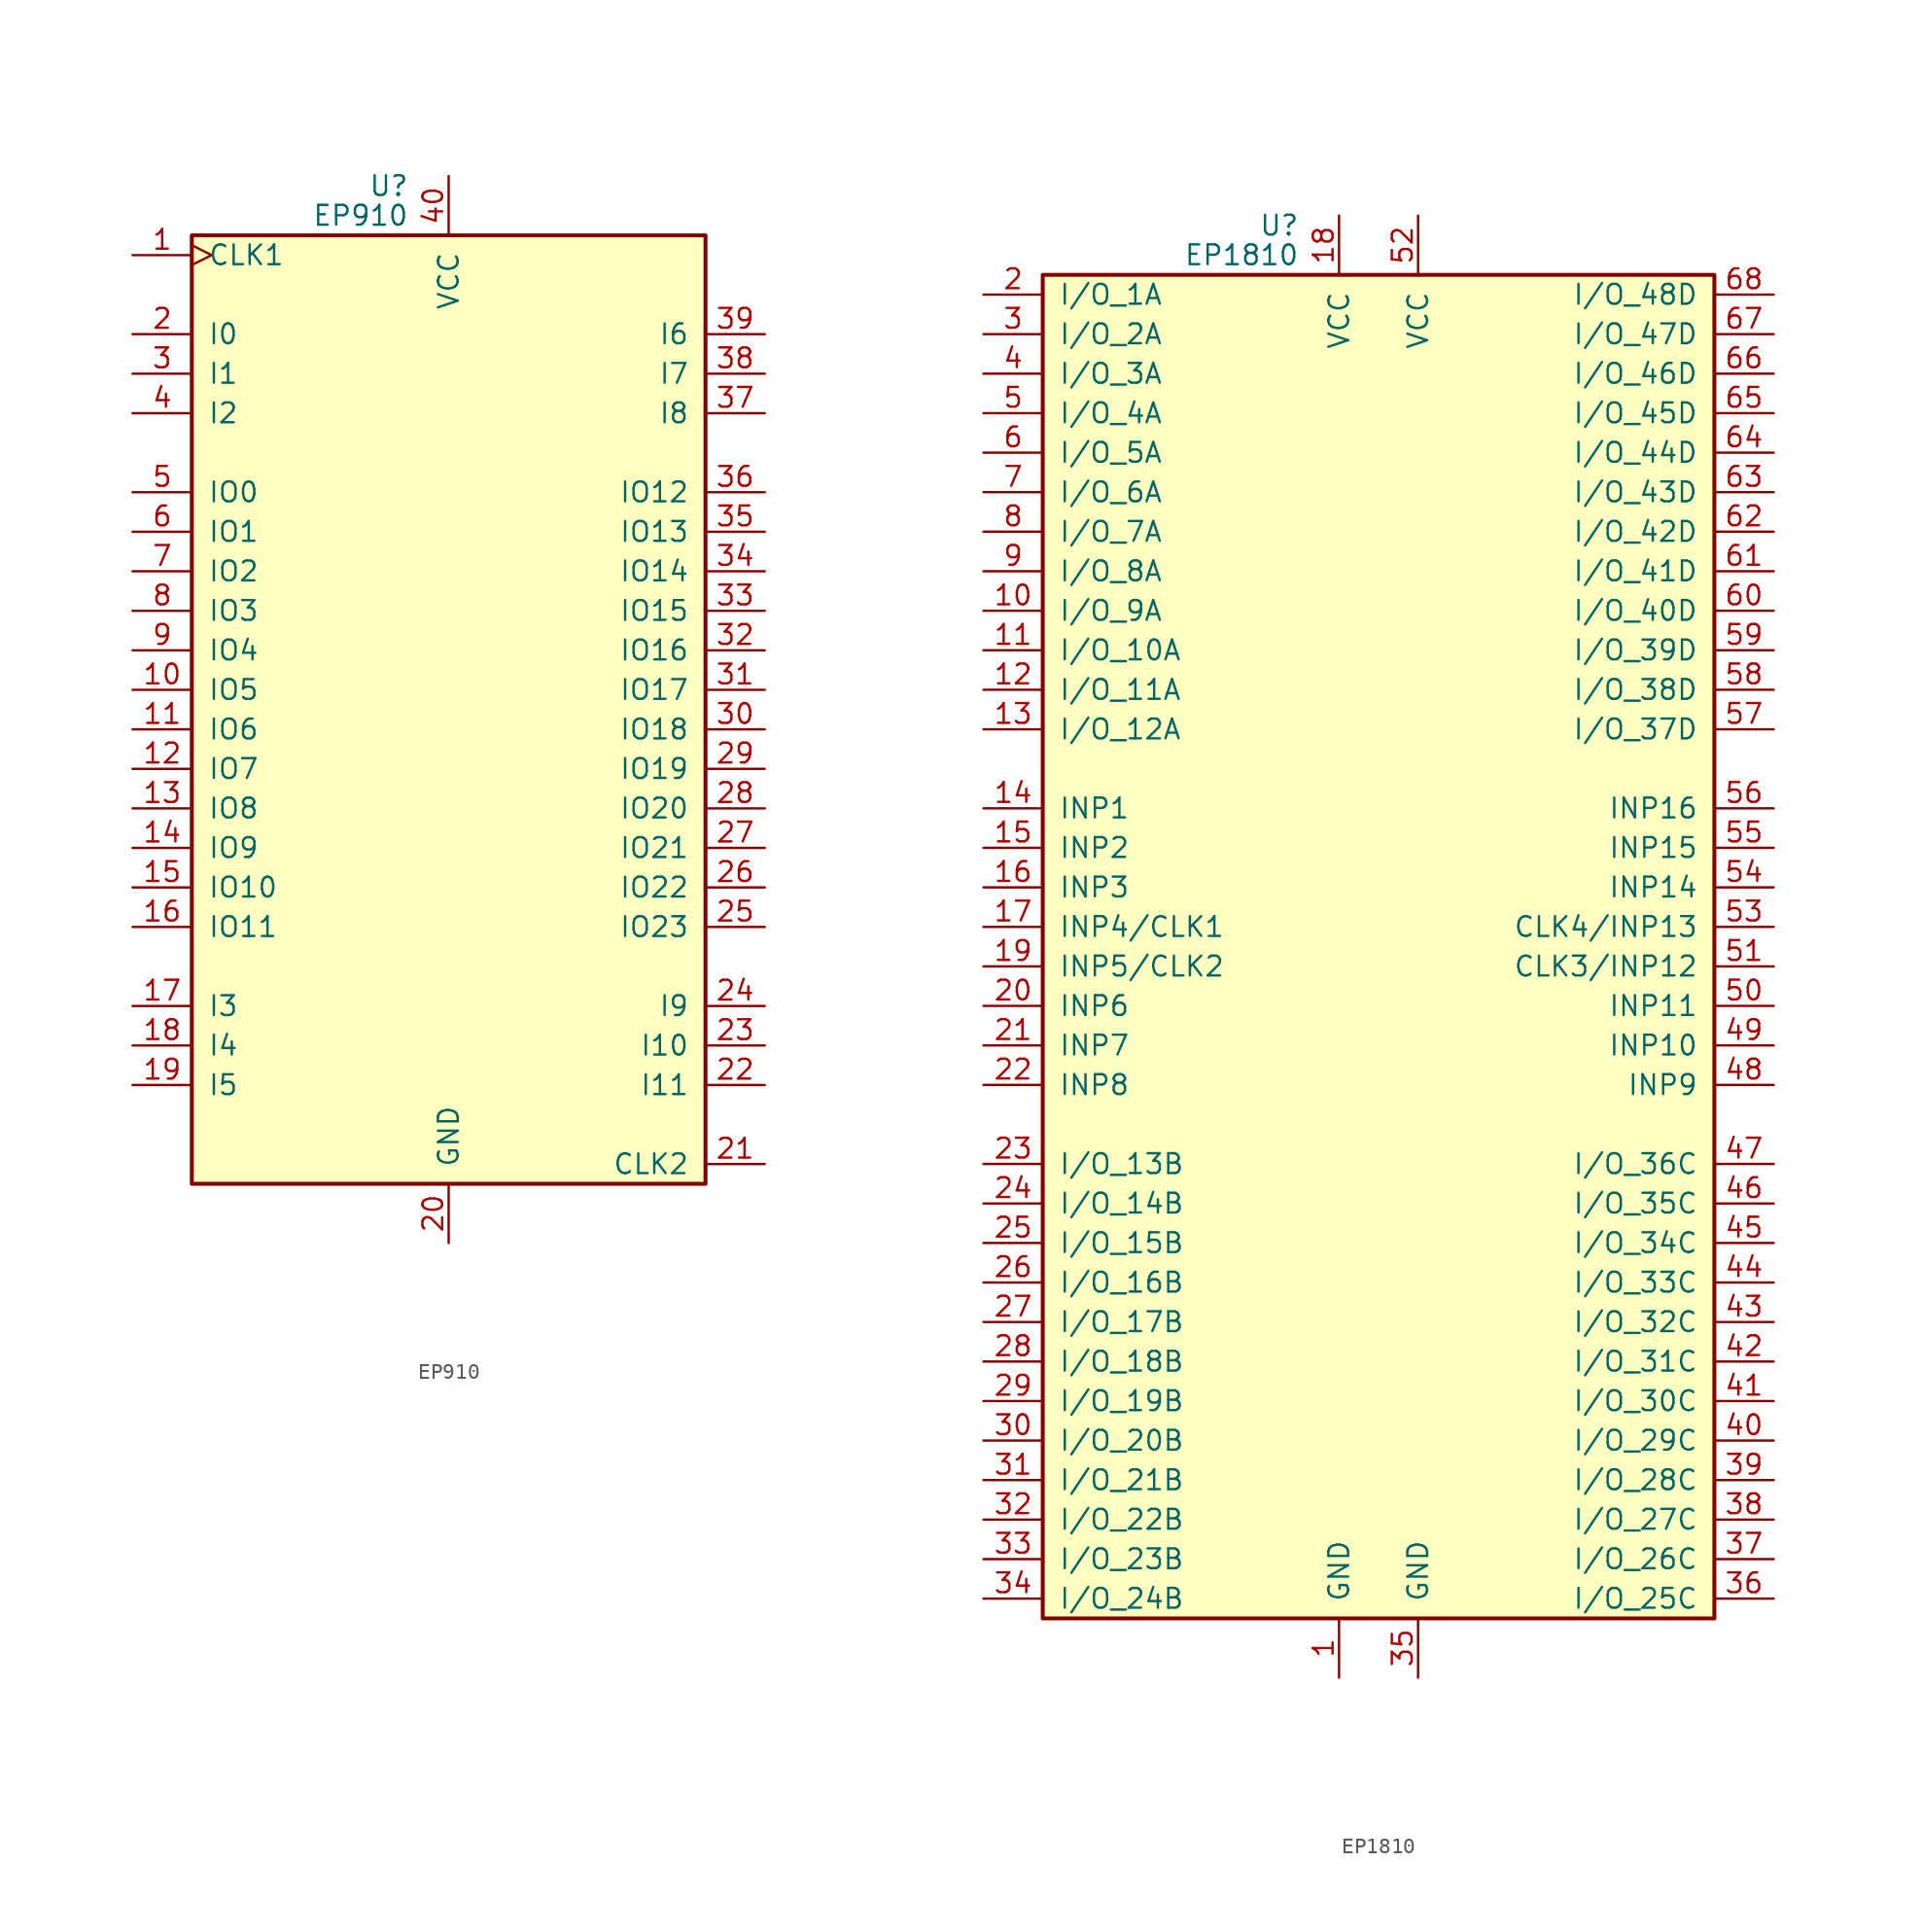
<source format=kicad_sym>
(kicad_symbol_lib
  (version 20201005)
  (generator kicad_symbol_editor)
  (symbol "EP910"
    (pin_names
      (offset 1.016))
    (property "Reference" "U"
      (at -2.54 32.385 0)
      (effects (font (size 1.27 1.27)) (justify right)))
    (property "Value" "EP910"
      (at -2.54 30.48 0)
      (effects (font (size 1.27 1.27)) (justify right)))
    (symbol "EP910_0_1"
      (rectangle (start -16.51 -31.75) (end 16.51 29.21) (stroke (width 0.254)) (fill (type background))))
    (symbol "EP910_1_1"
      (pin input clock (at -20.32 27.94 0) (length 3.81) (name "CLK1" (effects (font (size 1.27 1.27)))) (number "1" (effects (font (size 1.27 1.27)))))
      (pin input line (at -20.32 22.86 0) (length 3.81) (name "I0" (effects (font (size 1.27 1.27)))) (number "2" (effects (font (size 1.27 1.27)))))
      (pin input line (at -20.32 20.32 0) (length 3.81) (name "I1" (effects (font (size 1.27 1.27)))) (number "3" (effects (font (size 1.27 1.27)))))
      (pin input line (at -20.32 17.78 0) (length 3.81) (name "I2" (effects (font (size 1.27 1.27)))) (number "4" (effects (font (size 1.27 1.27)))))
      (pin input line (at -20.32 12.7 0) (length 3.81) (name "IO0" (effects (font (size 1.27 1.27)))) (number "5" (effects (font (size 1.27 1.27)))))
      (pin input line (at -20.32 10.16 0) (length 3.81) (name "IO1" (effects (font (size 1.27 1.27)))) (number "6" (effects (font (size 1.27 1.27)))))
      (pin input line (at -20.32 7.62 0) (length 3.81) (name "IO2" (effects (font (size 1.27 1.27)))) (number "7" (effects (font (size 1.27 1.27)))))
      (pin input line (at -20.32 5.08 0) (length 3.81) (name "IO3" (effects (font (size 1.27 1.27)))) (number "8" (effects (font (size 1.27 1.27)))))
      (pin input line (at -20.32 2.54 0) (length 3.81) (name "IO4" (effects (font (size 1.27 1.27)))) (number "9" (effects (font (size 1.27 1.27)))))
      (pin input line (at -20.32 0 0) (length 3.81) (name "IO5" (effects (font (size 1.27 1.27)))) (number "10" (effects (font (size 1.27 1.27)))))
      (pin power_in line (at 0 -35.56 90) (length 3.81) (name "GND" (effects (font (size 1.27 1.27)))) (number "20" (effects (font (size 1.27 1.27)))))
      (pin input line (at 20.32 -2.54 180) (length 3.81) (name "IO18" (effects (font (size 1.27 1.27)))) (number "30" (effects (font (size 1.27 1.27)))))
      (pin power_in line (at 0 33.02 270) (length 3.81) (name "VCC" (effects (font (size 1.27 1.27)))) (number "40" (effects (font (size 1.27 1.27)))))
      (pin input line (at -20.32 -2.54 0) (length 3.81) (name "IO6" (effects (font (size 1.27 1.27)))) (number "11" (effects (font (size 1.27 1.27)))))
      (pin input line (at 20.32 -30.48 180) (length 3.81) (name "CLK2" (effects (font (size 1.27 1.27)))) (number "21" (effects (font (size 1.27 1.27)))))
      (pin input line (at 20.32 0 180) (length 3.81) (name "IO17" (effects (font (size 1.27 1.27)))) (number "31" (effects (font (size 1.27 1.27)))))
      (pin input line (at -20.32 -5.08 0) (length 3.81) (name "IO7" (effects (font (size 1.27 1.27)))) (number "12" (effects (font (size 1.27 1.27)))))
      (pin input line (at 20.32 -25.4 180) (length 3.81) (name "I11" (effects (font (size 1.27 1.27)))) (number "22" (effects (font (size 1.27 1.27)))))
      (pin input line (at 20.32 2.54 180) (length 3.81) (name "IO16" (effects (font (size 1.27 1.27)))) (number "32" (effects (font (size 1.27 1.27)))))
      (pin input line (at -20.32 -7.62 0) (length 3.81) (name "IO8" (effects (font (size 1.27 1.27)))) (number "13" (effects (font (size 1.27 1.27)))))
      (pin input line (at 20.32 -22.86 180) (length 3.81) (name "I10" (effects (font (size 1.27 1.27)))) (number "23" (effects (font (size 1.27 1.27)))))
      (pin input line (at 20.32 5.08 180) (length 3.81) (name "IO15" (effects (font (size 1.27 1.27)))) (number "33" (effects (font (size 1.27 1.27)))))
      (pin input line (at -20.32 -10.16 0) (length 3.81) (name "IO9" (effects (font (size 1.27 1.27)))) (number "14" (effects (font (size 1.27 1.27)))))
      (pin input line (at 20.32 -20.32 180) (length 3.81) (name "I9" (effects (font (size 1.27 1.27)))) (number "24" (effects (font (size 1.27 1.27)))))
      (pin input line (at 20.32 7.62 180) (length 3.81) (name "IO14" (effects (font (size 1.27 1.27)))) (number "34" (effects (font (size 1.27 1.27)))))
      (pin input line (at -20.32 -12.7 0) (length 3.81) (name "IO10" (effects (font (size 1.27 1.27)))) (number "15" (effects (font (size 1.27 1.27)))))
      (pin input line (at 20.32 -15.24 180) (length 3.81) (name "IO23" (effects (font (size 1.27 1.27)))) (number "25" (effects (font (size 1.27 1.27)))))
      (pin input line (at 20.32 10.16 180) (length 3.81) (name "IO13" (effects (font (size 1.27 1.27)))) (number "35" (effects (font (size 1.27 1.27)))))
      (pin input line (at -20.32 -15.24 0) (length 3.81) (name "IO11" (effects (font (size 1.27 1.27)))) (number "16" (effects (font (size 1.27 1.27)))))
      (pin input line (at 20.32 -12.7 180) (length 3.81) (name "IO22" (effects (font (size 1.27 1.27)))) (number "26" (effects (font (size 1.27 1.27)))))
      (pin input line (at 20.32 12.7 180) (length 3.81) (name "IO12" (effects (font (size 1.27 1.27)))) (number "36" (effects (font (size 1.27 1.27)))))
      (pin input line (at -20.32 -20.32 0) (length 3.81) (name "I3" (effects (font (size 1.27 1.27)))) (number "17" (effects (font (size 1.27 1.27)))))
      (pin input line (at 20.32 -10.16 180) (length 3.81) (name "IO21" (effects (font (size 1.27 1.27)))) (number "27" (effects (font (size 1.27 1.27)))))
      (pin input line (at 20.32 17.78 180) (length 3.81) (name "I8" (effects (font (size 1.27 1.27)))) (number "37" (effects (font (size 1.27 1.27)))))
      (pin input line (at -20.32 -22.86 0) (length 3.81) (name "I4" (effects (font (size 1.27 1.27)))) (number "18" (effects (font (size 1.27 1.27)))))
      (pin input line (at 20.32 -7.62 180) (length 3.81) (name "IO20" (effects (font (size 1.27 1.27)))) (number "28" (effects (font (size 1.27 1.27)))))
      (pin input line (at 20.32 20.32 180) (length 3.81) (name "I7" (effects (font (size 1.27 1.27)))) (number "38" (effects (font (size 1.27 1.27)))))
      (pin input line (at -20.32 -25.4 0) (length 3.81) (name "I5" (effects (font (size 1.27 1.27)))) (number "19" (effects (font (size 1.27 1.27)))))
      (pin input line (at 20.32 -5.08 180) (length 3.81) (name "IO19" (effects (font (size 1.27 1.27)))) (number "29" (effects (font (size 1.27 1.27)))))
      (pin input line (at 20.32 22.86 180) (length 3.81) (name "I6" (effects (font (size 1.27 1.27)))) (number "39" (effects (font (size 1.27 1.27)))))))
  (symbol "EP1810"
    (pin_names
      (offset 1.016))
    (property "Reference" "U"
      (at -5.08 47.625 0)
      (effects (font (size 1.27 1.27)) (justify right)))
    (property "Value" "EP1810"
      (at -5.08 45.72 0)
      (effects (font (size 1.27 1.27)) (justify right)))
    (symbol "EP1810_0_1"
      (rectangle (start -21.59 -41.91) (end 21.59 44.45) (stroke (width 0.254)) (fill (type background))))
    (symbol "EP1810_1_1"
      (pin power_in line (at -2.54 -45.72 90) (length 3.81) (name "GND" (effects (font (size 1.27 1.27)))) (number "1" (effects (font (size 1.27 1.27)))))
      (pin input line (at -25.4 43.18 0) (length 3.81) (name "I/O_1A" (effects (font (size 1.27 1.27)))) (number "2" (effects (font (size 1.27 1.27)))))
      (pin input line (at -25.4 40.64 0) (length 3.81) (name "I/O_2A" (effects (font (size 1.27 1.27)))) (number "3" (effects (font (size 1.27 1.27)))))
      (pin input line (at -25.4 38.1 0) (length 3.81) (name "I/O_3A" (effects (font (size 1.27 1.27)))) (number "4" (effects (font (size 1.27 1.27)))))
      (pin input line (at -25.4 35.56 0) (length 3.81) (name "I/O_4A" (effects (font (size 1.27 1.27)))) (number "5" (effects (font (size 1.27 1.27)))))
      (pin input line (at -25.4 33.02 0) (length 3.81) (name "I/O_5A" (effects (font (size 1.27 1.27)))) (number "6" (effects (font (size 1.27 1.27)))))
      (pin input line (at -25.4 30.48 0) (length 3.81) (name "I/O_6A" (effects (font (size 1.27 1.27)))) (number "7" (effects (font (size 1.27 1.27)))))
      (pin input line (at -25.4 27.94 0) (length 3.81) (name "I/O_7A" (effects (font (size 1.27 1.27)))) (number "8" (effects (font (size 1.27 1.27)))))
      (pin input line (at -25.4 25.4 0) (length 3.81) (name "I/O_8A" (effects (font (size 1.27 1.27)))) (number "9" (effects (font (size 1.27 1.27)))))
      (pin input line (at -25.4 22.86 0) (length 3.81) (name "I/O_9A" (effects (font (size 1.27 1.27)))) (number "10" (effects (font (size 1.27 1.27)))))
      (pin input line (at -25.4 -2.54 0) (length 3.81) (name "INP6" (effects (font (size 1.27 1.27)))) (number "20" (effects (font (size 1.27 1.27)))))
      (pin input line (at -25.4 -30.48 0) (length 3.81) (name "I/O_20B" (effects (font (size 1.27 1.27)))) (number "30" (effects (font (size 1.27 1.27)))))
      (pin input line (at 25.4 -30.48 180) (length 3.81) (name "I/O_29C" (effects (font (size 1.27 1.27)))) (number "40" (effects (font (size 1.27 1.27)))))
      (pin input line (at 25.4 -2.54 180) (length 3.81) (name "INP11" (effects (font (size 1.27 1.27)))) (number "50" (effects (font (size 1.27 1.27)))))
      (pin input line (at 25.4 22.86 180) (length 3.81) (name "I/O_40D" (effects (font (size 1.27 1.27)))) (number "60" (effects (font (size 1.27 1.27)))))
      (pin input line (at -25.4 20.32 0) (length 3.81) (name "I/O_10A" (effects (font (size 1.27 1.27)))) (number "11" (effects (font (size 1.27 1.27)))))
      (pin input line (at -25.4 -5.08 0) (length 3.81) (name "INP7" (effects (font (size 1.27 1.27)))) (number "21" (effects (font (size 1.27 1.27)))))
      (pin input line (at -25.4 -33.02 0) (length 3.81) (name "I/O_21B" (effects (font (size 1.27 1.27)))) (number "31" (effects (font (size 1.27 1.27)))))
      (pin input line (at 25.4 -27.94 180) (length 3.81) (name "I/O_30C" (effects (font (size 1.27 1.27)))) (number "41" (effects (font (size 1.27 1.27)))))
      (pin input line (at 25.4 0 180) (length 3.81) (name "CLK3/INP12" (effects (font (size 1.27 1.27)))) (number "51" (effects (font (size 1.27 1.27)))))
      (pin input line (at 25.4 25.4 180) (length 3.81) (name "I/O_41D" (effects (font (size 1.27 1.27)))) (number "61" (effects (font (size 1.27 1.27)))))
      (pin input line (at -25.4 17.78 0) (length 3.81) (name "I/O_11A" (effects (font (size 1.27 1.27)))) (number "12" (effects (font (size 1.27 1.27)))))
      (pin input line (at -25.4 -7.62 0) (length 3.81) (name "INP8" (effects (font (size 1.27 1.27)))) (number "22" (effects (font (size 1.27 1.27)))))
      (pin input line (at -25.4 -35.56 0) (length 3.81) (name "I/O_22B" (effects (font (size 1.27 1.27)))) (number "32" (effects (font (size 1.27 1.27)))))
      (pin input line (at 25.4 -25.4 180) (length 3.81) (name "I/O_31C" (effects (font (size 1.27 1.27)))) (number "42" (effects (font (size 1.27 1.27)))))
      (pin power_in line (at 2.54 48.26 270) (length 3.81) (name "VCC" (effects (font (size 1.27 1.27)))) (number "52" (effects (font (size 1.27 1.27)))))
      (pin input line (at 25.4 27.94 180) (length 3.81) (name "I/O_42D" (effects (font (size 1.27 1.27)))) (number "62" (effects (font (size 1.27 1.27)))))
      (pin input line (at -25.4 15.24 0) (length 3.81) (name "I/O_12A" (effects (font (size 1.27 1.27)))) (number "13" (effects (font (size 1.27 1.27)))))
      (pin input line (at -25.4 -12.7 0) (length 3.81) (name "I/O_13B" (effects (font (size 1.27 1.27)))) (number "23" (effects (font (size 1.27 1.27)))))
      (pin input line (at -25.4 -38.1 0) (length 3.81) (name "I/O_23B" (effects (font (size 1.27 1.27)))) (number "33" (effects (font (size 1.27 1.27)))))
      (pin input line (at 25.4 -22.86 180) (length 3.81) (name "I/O_32C" (effects (font (size 1.27 1.27)))) (number "43" (effects (font (size 1.27 1.27)))))
      (pin input line (at 25.4 2.54 180) (length 3.81) (name "CLK4/INP13" (effects (font (size 1.27 1.27)))) (number "53" (effects (font (size 1.27 1.27)))))
      (pin input line (at 25.4 30.48 180) (length 3.81) (name "I/O_43D" (effects (font (size 1.27 1.27)))) (number "63" (effects (font (size 1.27 1.27)))))
      (pin input line (at -25.4 10.16 0) (length 3.81) (name "INP1" (effects (font (size 1.27 1.27)))) (number "14" (effects (font (size 1.27 1.27)))))
      (pin input line (at -25.4 -15.24 0) (length 3.81) (name "I/O_14B" (effects (font (size 1.27 1.27)))) (number "24" (effects (font (size 1.27 1.27)))))
      (pin input line (at -25.4 -40.64 0) (length 3.81) (name "I/O_24B" (effects (font (size 1.27 1.27)))) (number "34" (effects (font (size 1.27 1.27)))))
      (pin input line (at 25.4 -20.32 180) (length 3.81) (name "I/O_33C" (effects (font (size 1.27 1.27)))) (number "44" (effects (font (size 1.27 1.27)))))
      (pin input line (at 25.4 5.08 180) (length 3.81) (name "INP14" (effects (font (size 1.27 1.27)))) (number "54" (effects (font (size 1.27 1.27)))))
      (pin input line (at 25.4 33.02 180) (length 3.81) (name "I/O_44D" (effects (font (size 1.27 1.27)))) (number "64" (effects (font (size 1.27 1.27)))))
      (pin input line (at -25.4 7.62 0) (length 3.81) (name "INP2" (effects (font (size 1.27 1.27)))) (number "15" (effects (font (size 1.27 1.27)))))
      (pin input line (at -25.4 -17.78 0) (length 3.81) (name "I/O_15B" (effects (font (size 1.27 1.27)))) (number "25" (effects (font (size 1.27 1.27)))))
      (pin power_in line (at 2.54 -45.72 90) (length 3.81) (name "GND" (effects (font (size 1.27 1.27)))) (number "35" (effects (font (size 1.27 1.27)))))
      (pin input line (at 25.4 -17.78 180) (length 3.81) (name "I/O_34C" (effects (font (size 1.27 1.27)))) (number "45" (effects (font (size 1.27 1.27)))))
      (pin input line (at 25.4 7.62 180) (length 3.81) (name "INP15" (effects (font (size 1.27 1.27)))) (number "55" (effects (font (size 1.27 1.27)))))
      (pin input line (at 25.4 35.56 180) (length 3.81) (name "I/O_45D" (effects (font (size 1.27 1.27)))) (number "65" (effects (font (size 1.27 1.27)))))
      (pin input line (at -25.4 5.08 0) (length 3.81) (name "INP3" (effects (font (size 1.27 1.27)))) (number "16" (effects (font (size 1.27 1.27)))))
      (pin input line (at -25.4 -20.32 0) (length 3.81) (name "I/O_16B" (effects (font (size 1.27 1.27)))) (number "26" (effects (font (size 1.27 1.27)))))
      (pin input line (at 25.4 -40.64 180) (length 3.81) (name "I/O_25C" (effects (font (size 1.27 1.27)))) (number "36" (effects (font (size 1.27 1.27)))))
      (pin input line (at 25.4 -15.24 180) (length 3.81) (name "I/O_35C" (effects (font (size 1.27 1.27)))) (number "46" (effects (font (size 1.27 1.27)))))
      (pin input line (at 25.4 10.16 180) (length 3.81) (name "INP16" (effects (font (size 1.27 1.27)))) (number "56" (effects (font (size 1.27 1.27)))))
      (pin input line (at 25.4 38.1 180) (length 3.81) (name "I/O_46D" (effects (font (size 1.27 1.27)))) (number "66" (effects (font (size 1.27 1.27)))))
      (pin input line (at -25.4 2.54 0) (length 3.81) (name "INP4/CLK1" (effects (font (size 1.27 1.27)))) (number "17" (effects (font (size 1.27 1.27)))))
      (pin input line (at -25.4 -22.86 0) (length 3.81) (name "I/O_17B" (effects (font (size 1.27 1.27)))) (number "27" (effects (font (size 1.27 1.27)))))
      (pin input line (at 25.4 -38.1 180) (length 3.81) (name "I/O_26C" (effects (font (size 1.27 1.27)))) (number "37" (effects (font (size 1.27 1.27)))))
      (pin input line (at 25.4 -12.7 180) (length 3.81) (name "I/O_36C" (effects (font (size 1.27 1.27)))) (number "47" (effects (font (size 1.27 1.27)))))
      (pin input line (at 25.4 15.24 180) (length 3.81) (name "I/O_37D" (effects (font (size 1.27 1.27)))) (number "57" (effects (font (size 1.27 1.27)))))
      (pin input line (at 25.4 40.64 180) (length 3.81) (name "I/O_47D" (effects (font (size 1.27 1.27)))) (number "67" (effects (font (size 1.27 1.27)))))
      (pin power_in line (at -2.54 48.26 270) (length 3.81) (name "VCC" (effects (font (size 1.27 1.27)))) (number "18" (effects (font (size 1.27 1.27)))))
      (pin input line (at -25.4 -25.4 0) (length 3.81) (name "I/O_18B" (effects (font (size 1.27 1.27)))) (number "28" (effects (font (size 1.27 1.27)))))
      (pin input line (at 25.4 -35.56 180) (length 3.81) (name "I/O_27C" (effects (font (size 1.27 1.27)))) (number "38" (effects (font (size 1.27 1.27)))))
      (pin input line (at 25.4 -7.62 180) (length 3.81) (name "INP9" (effects (font (size 1.27 1.27)))) (number "48" (effects (font (size 1.27 1.27)))))
      (pin input line (at 25.4 17.78 180) (length 3.81) (name "I/O_38D" (effects (font (size 1.27 1.27)))) (number "58" (effects (font (size 1.27 1.27)))))
      (pin input line (at 25.4 43.18 180) (length 3.81) (name "I/O_48D" (effects (font (size 1.27 1.27)))) (number "68" (effects (font (size 1.27 1.27)))))
      (pin input line (at -25.4 0 0) (length 3.81) (name "INP5/CLK2" (effects (font (size 1.27 1.27)))) (number "19" (effects (font (size 1.27 1.27)))))
      (pin input line (at -25.4 -27.94 0) (length 3.81) (name "I/O_19B" (effects (font (size 1.27 1.27)))) (number "29" (effects (font (size 1.27 1.27)))))
      (pin input line (at 25.4 -33.02 180) (length 3.81) (name "I/O_28C" (effects (font (size 1.27 1.27)))) (number "39" (effects (font (size 1.27 1.27)))))
      (pin input line (at 25.4 -5.08 180) (length 3.81) (name "INP10" (effects (font (size 1.27 1.27)))) (number "49" (effects (font (size 1.27 1.27)))))
      (pin input line (at 25.4 20.32 180) (length 3.81) (name "I/O_39D" (effects (font (size 1.27 1.27)))) (number "59" (effects (font (size 1.27 1.27))))))))
</source>
